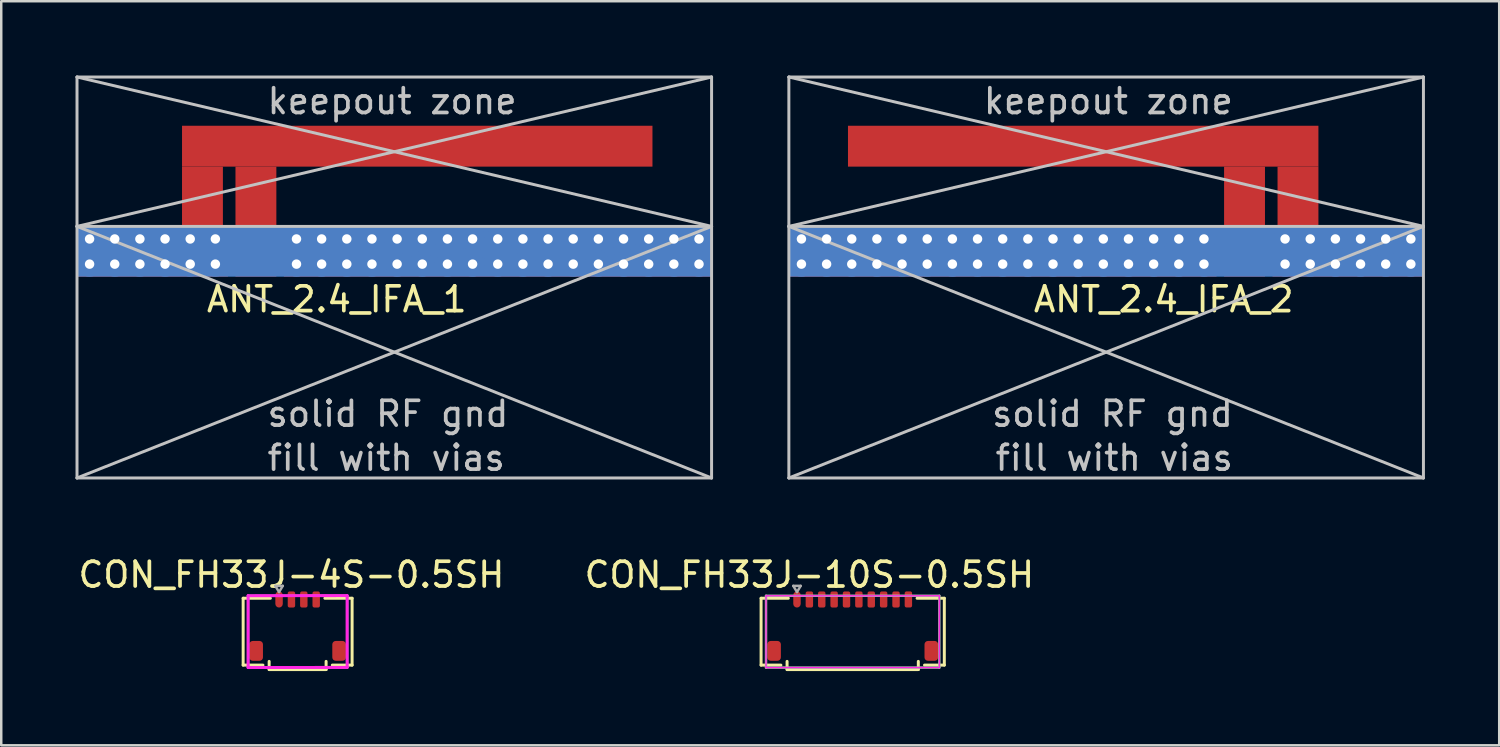
<source format=kicad_pcb>
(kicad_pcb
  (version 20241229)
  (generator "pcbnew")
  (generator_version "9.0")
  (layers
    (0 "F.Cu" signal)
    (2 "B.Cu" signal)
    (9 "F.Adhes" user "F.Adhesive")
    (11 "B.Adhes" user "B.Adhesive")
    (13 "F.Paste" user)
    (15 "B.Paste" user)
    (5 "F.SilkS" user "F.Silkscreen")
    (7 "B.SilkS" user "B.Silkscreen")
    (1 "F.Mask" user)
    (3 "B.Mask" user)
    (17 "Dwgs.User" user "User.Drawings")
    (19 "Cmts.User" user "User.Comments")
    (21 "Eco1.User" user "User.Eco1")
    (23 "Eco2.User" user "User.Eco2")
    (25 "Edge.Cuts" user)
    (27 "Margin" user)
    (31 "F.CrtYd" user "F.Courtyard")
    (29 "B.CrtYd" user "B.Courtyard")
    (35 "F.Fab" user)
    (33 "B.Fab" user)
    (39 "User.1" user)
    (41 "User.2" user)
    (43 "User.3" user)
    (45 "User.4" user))
  (footprint "ANT_2.4_IFA_1"
    (layer "F.Cu")
    (at 7.286 7.109)
    (property "Reference" "ANT_2.4_IFA_1" (at 3.264 1.93 0) (layer "F.SilkS") (effects (font (size 1 1) (thickness 0.15))))
    (attr exclude_from_pos_files exclude_from_bom)
    (fp_line (start -7.226 -7.048) (end 18.402 -7.048) (stroke (width 0.12) (type solid)) (layer "Dwgs.User"))
    (fp_line (start -7.226 -1.016) (end -7.226 -7.048) (stroke (width 0.12) (type solid)) (layer "Dwgs.User"))
    (fp_line (start -7.226 -1.016) (end -7.226 9.144) (stroke (width 0.12) (type solid)) (layer "Dwgs.User"))
    (fp_line (start -7.226 -1.016) (end 18.402 -7.048) (stroke (width 0.12) (type solid)) (layer "Dwgs.User"))
    (fp_line (start -7.226 -1.016) (end 18.402 9.144) (stroke (width 0.12) (type solid)) (layer "Dwgs.User"))
    (fp_line (start -7.226 9.144) (end 18.402 -1.016) (stroke (width 0.12) (type solid)) (layer "Dwgs.User"))
    (fp_line (start -7.226 9.144) (end 18.402 9.144) (stroke (width 0.12) (type solid)) (layer "Dwgs.User"))
    (fp_line (start 18.402 -7.048) (end 18.402 -1.016) (stroke (width 0.12) (type solid)) (layer "Dwgs.User"))
    (fp_line (start 18.402 -1.016) (end -7.226 -7.048) (stroke (width 0.12) (type solid)) (layer "Dwgs.User"))
    (fp_line (start 18.402 -1.016) (end -7.226 -1.016) (stroke (width 0.12) (type solid)) (layer "Dwgs.User"))
    (fp_line (start 18.402 -1.016) (end 18.402 9.144) (stroke (width 0.12) (type solid)) (layer "Dwgs.User"))
    (fp_text user "keepout zone" (at 5.499 -6.071 0) (layer "Dwgs.User") (effects (font (size 1 1) (thickness 0.15))))
    (fp_text user "solid RF gnd" (at 5.332 6.553 0) (layer "Dwgs.User") (effects (font (size 1 1) (thickness 0.15))))
    (fp_text user "fill with vias" (at 5.261 8.331 0) (layer "Dwgs.User") (effects (font (size 1 1) (thickness 0.15))))
    (pad "1" smd rect (at 0 0) (size 1.651 2.032) (layers "F.Cu"))
    (pad "1" smd custom (at 6.515 -4.255) (size 18.999 1.651) (layers "F.Cu") (options (anchor rect)) (primitives (gr_poly (pts (xy -9.5 0.826) (xy -9.5 3.239) (xy -7.849 3.239) (xy -7.849 0.826)) (width 0) (fill yes)) (gr_poly (pts (xy -7.341 0.826) (xy -7.341 3.239) (xy -5.69 3.239) (xy -5.69 0.826)) (width 0) (fill yes))))
    (pad "2" thru_hole circle (at -6.718 -0.508) (size 1.016 1.016) (drill 0.381) (layers "*.Cu"))
    (pad "2" thru_hole circle (at -6.718 0.508) (size 1.016 1.016) (drill 0.381) (layers "*.Cu"))
    (pad "2" thru_hole circle (at -5.702 -0.508) (size 1.016 1.016) (drill 0.381) (layers "*.Cu"))
    (pad "2" thru_hole circle (at -5.702 0.508) (size 1.016 1.016) (drill 0.381) (layers "*.Cu"))
    (pad "2" thru_hole circle (at -4.686 -0.508) (size 1.016 1.016) (drill 0.381) (layers "*.Cu"))
    (pad "2" thru_hole circle (at -4.686 0.508) (size 1.016 1.016) (drill 0.381) (layers "*.Cu"))
    (pad "2" smd rect (at -4.178 0) (size 6.096 2.032) (layers "F.Cu"))
    (pad "2" thru_hole circle (at -3.67 -0.508) (size 1.016 1.016) (drill 0.381) (layers "*.Cu"))
    (pad "2" thru_hole circle (at -3.67 0.508) (size 1.016 1.016) (drill 0.381) (layers "*.Cu"))
    (pad "2" thru_hole circle (at -2.654 -0.508) (size 1.016 1.016) (drill 0.381) (layers "*.Cu"))
    (pad "2" thru_hole circle (at -2.654 0.508) (size 1.016 1.016) (drill 0.381) (layers "*.Cu"))
    (pad "2" thru_hole circle (at -1.638 -0.508) (size 1.016 1.016) (drill 0.381) (layers "*.Cu"))
    (pad "2" thru_hole circle (at -1.638 0.508) (size 1.016 1.016) (drill 0.381) (layers "*.Cu"))
    (pad "2" thru_hole circle (at 1.638 -0.508) (size 1.016 1.016) (drill 0.381) (layers "*.Cu"))
    (pad "2" thru_hole circle (at 1.638 0.508) (size 1.016 1.016) (drill 0.381) (layers "*.Cu"))
    (pad "2" thru_hole circle (at 2.654 -0.508) (size 1.016 1.016) (drill 0.381) (layers "*.Cu"))
    (pad "2" thru_hole circle (at 2.654 0.508) (size 1.016 1.016) (drill 0.381) (layers "*.Cu"))
    (pad "2" thru_hole circle (at 3.67 -0.508) (size 1.016 1.016) (drill 0.381) (layers "*.Cu"))
    (pad "2" thru_hole circle (at 3.67 0.508) (size 1.016 1.016) (drill 0.381) (layers "*.Cu"))
    (pad "2" thru_hole circle (at 4.686 -0.508) (size 1.016 1.016) (drill 0.381) (layers "*.Cu"))
    (pad "2" thru_hole circle (at 4.686 0.508) (size 1.016 1.016) (drill 0.381) (layers "*.Cu"))
    (pad "2" smd rect (at 5.588 0) (size 25.629 2.032) (layers "B.Cu"))
    (pad "2" thru_hole circle (at 5.702 -0.508) (size 1.016 1.016) (drill 0.381) (layers "*.Cu"))
    (pad "2" thru_hole circle (at 5.702 0.508) (size 1.016 1.016) (drill 0.381) (layers "*.Cu"))
    (pad "2" thru_hole circle (at 6.718 -0.508) (size 1.016 1.016) (drill 0.381) (layers "*.Cu"))
    (pad "2" thru_hole circle (at 6.718 0.508) (size 1.016 1.016) (drill 0.381) (layers "*.Cu"))
    (pad "2" thru_hole circle (at 7.734 -0.508) (size 1.016 1.016) (drill 0.381) (layers "*.Cu"))
    (pad "2" thru_hole circle (at 7.734 0.508) (size 1.016 1.016) (drill 0.381) (layers "*.Cu"))
    (pad "2" thru_hole circle (at 8.75 -0.508) (size 1.016 1.016) (drill 0.381) (layers "*.Cu"))
    (pad "2" thru_hole circle (at 8.75 0.508) (size 1.016 1.016) (drill 0.381) (layers "*.Cu"))
    (pad "2" thru_hole circle (at 9.766 -0.508) (size 1.016 1.016) (drill 0.381) (layers "*.Cu"))
    (pad "2" smd rect (at 9.766 0) (size 17.272 2.032) (layers "F.Cu"))
    (pad "2" thru_hole circle (at 9.766 0.508) (size 1.016 1.016) (drill 0.381) (layers "*.Cu"))
    (pad "2" thru_hole circle (at 10.782 -0.508) (size 1.016 1.016) (drill 0.381) (layers "*.Cu"))
    (pad "2" thru_hole circle (at 10.782 0.508) (size 1.016 1.016) (drill 0.381) (layers "*.Cu"))
    (pad "2" thru_hole circle (at 11.798 -0.508) (size 1.016 1.016) (drill 0.381) (layers "*.Cu"))
    (pad "2" thru_hole circle (at 11.798 0.508) (size 1.016 1.016) (drill 0.381) (layers "*.Cu"))
    (pad "2" thru_hole circle (at 12.814 -0.508) (size 1.016 1.016) (drill 0.381) (layers "*.Cu"))
    (pad "2" thru_hole circle (at 12.814 0.508) (size 1.016 1.016) (drill 0.381) (layers "*.Cu"))
    (pad "2" thru_hole circle (at 13.83 -0.508) (size 1.016 1.016) (drill 0.381) (layers "*.Cu"))
    (pad "2" thru_hole circle (at 13.83 0.508) (size 1.016 1.016) (drill 0.381) (layers "*.Cu"))
    (pad "2" thru_hole circle (at 14.846 -0.508) (size 1.016 1.016) (drill 0.381) (layers "*.Cu"))
    (pad "2" thru_hole circle (at 14.846 0.508) (size 1.016 1.016) (drill 0.381) (layers "*.Cu"))
    (pad "2" thru_hole circle (at 15.862 -0.508) (size 1.016 1.016) (drill 0.381) (layers "*.Cu"))
    (pad "2" thru_hole circle (at 15.862 0.508) (size 1.016 1.016) (drill 0.381) (layers "*.Cu"))
    (pad "2" thru_hole circle (at 16.878 -0.508) (size 1.016 1.016) (drill 0.381) (layers "*.Cu"))
    (pad "2" thru_hole circle (at 16.878 0.508) (size 1.016 1.016) (drill 0.381) (layers "*.Cu"))
    (pad "2" thru_hole circle (at 17.894 -0.508) (size 1.016 1.016) (drill 0.381) (layers "*.Cu"))
    (pad "2" thru_hole circle (at 17.894 0.508) (size 1.016 1.016) (drill 0.381) (layers "*.Cu")))
  (footprint "CON_FH33J-4S-0.5SH"
    (layer "F.Cu")
    (at 8.97 21.161)
    (property "Reference" "CON_FH33J-4S-0.5SH" (at -0.25 -1 0) (layer "F.SilkS") (effects (font (size 1 1) (thickness 0.15))))
    (attr through_hole)
    (fp_line (start -2.2 -0.05) (end -1.1 -0.05) (stroke (width 0.12) (type solid)) (layer "F.SilkS"))
    (fp_line (start -2.2 2.65) (end -2.2 -0.05) (stroke (width 0.12) (type solid)) (layer "F.SilkS"))
    (fp_line (start -1.4 2.65) (end -2.2 2.65) (stroke (width 0.12) (type solid)) (layer "F.SilkS"))
    (fp_line (start -1.15 2.5) (end -1.15 2.83) (stroke (width 0.12) (type solid)) (layer "F.SilkS"))
    (fp_line (start 1.15 2.5) (end 1.15 2.83) (stroke (width 0.12) (type solid)) (layer "F.SilkS"))
    (fp_line (start 1.15 2.83) (end -1.15 2.83) (stroke (width 0.12) (type solid)) (layer "F.SilkS"))
    (fp_line (start 1.4 2.65) (end 2.2 2.65) (stroke (width 0.12) (type solid)) (layer "F.SilkS"))
    (fp_line (start 2.2 -0.05) (end 1.1 -0.05) (stroke (width 0.12) (type solid)) (layer "F.SilkS"))
    (fp_line (start 2.2 2.65) (end 2.2 -0.05) (stroke (width 0.12) (type solid)) (layer "F.SilkS"))
    (fp_line (start -2 -0.152) (end 2 -0.157) (stroke (width 0.12) (type solid)) (layer "F.CrtYd"))
    (fp_line (start -2 2.748) (end -2 -0.152) (stroke (width 0.12) (type solid)) (layer "F.CrtYd"))
    (fp_line (start 2 -0.157) (end 2 2.743) (stroke (width 0.12) (type solid)) (layer "F.CrtYd"))
    (fp_line (start 2 2.743) (end -2 2.748) (stroke (width 0.12) (type solid)) (layer "F.CrtYd"))
    (fp_line (start -2 -0.15) (end -2 2.75) (stroke (width 0.1) (type solid)) (layer "F.Fab"))
    (fp_line (start -2 2.75) (end 2 2.75) (stroke (width 0.1) (type solid)) (layer "F.Fab"))
    (fp_line (start -0.9 -0.55) (end -0.6 -0.55) (stroke (width 0.1) (type solid)) (layer "F.Fab"))
    (fp_line (start -0.75 -0.3) (end -0.9 -0.55) (stroke (width 0.1) (type solid)) (layer "F.Fab"))
    (fp_line (start -0.6 -0.55) (end -0.75 -0.3) (stroke (width 0.1) (type solid)) (layer "F.Fab"))
    (fp_line (start 2 -0.15) (end -2 -0.15) (stroke (width 0.1) (type solid)) (layer "F.Fab"))
    (fp_line (start 2 2.75) (end 2 -0.15) (stroke (width 0.1) (type solid)) (layer "F.Fab"))
    (pad "1" smd roundrect (at -0.75 0) (size 0.3 0.65) (layers "F.Cu" "F.Mask" "F.Paste") (roundrect_rratio 0.5))
    (pad "2" smd roundrect (at -0.25 0) (size 0.3 0.65) (layers "F.Cu" "F.Mask" "F.Paste") (roundrect_rratio 0.25))
    (pad "3" smd roundrect (at 0.25 0) (size 0.3 0.65) (layers "F.Cu" "F.Mask" "F.Paste") (roundrect_rratio 0.25))
    (pad "4" smd roundrect (at 0.75 0) (size 0.3 0.65) (layers "F.Cu" "F.Mask" "F.Paste") (roundrect_rratio 0.25))
    (pad "MP" smd roundrect (at -1.675 2.075) (size 0.55 0.8) (layers "F.Cu" "F.Mask" "F.Paste") (roundrect_rratio 0.25))
    (pad "MP" smd roundrect (at 1.675 2.075) (size 0.55 0.8) (layers "F.Cu" "F.Mask" "F.Paste") (roundrect_rratio 0.25)))
  (footprint "CON_FH33J-10S-0.5SH"
    (layer "F.Cu")
    (at 29.137 21.161)
    (property "Reference" "CON_FH33J-10S-0.5SH" (at 0.5 -1 0) (layer "F.SilkS") (effects (font (size 1 1) (thickness 0.15))))
    (attr smd)
    (fp_line (start -1.45 -0.05) (end -0.35 -0.05) (stroke (width 0.12) (type solid)) (layer "F.SilkS"))
    (fp_line (start -1.45 2.65) (end -1.45 -0.05) (stroke (width 0.12) (type solid)) (layer "F.SilkS"))
    (fp_line (start -0.65 2.65) (end -1.45 2.65) (stroke (width 0.12) (type solid)) (layer "F.SilkS"))
    (fp_line (start -0.4 2.5) (end -0.4 2.83) (stroke (width 0.12) (type solid)) (layer "F.SilkS"))
    (fp_line (start 4.9 2.5) (end 4.9 2.83) (stroke (width 0.12) (type solid)) (layer "F.SilkS"))
    (fp_line (start 4.9 2.83) (end -0.4 2.83) (stroke (width 0.12) (type solid)) (layer "F.SilkS"))
    (fp_line (start 5.15 2.65) (end 5.95 2.65) (stroke (width 0.12) (type solid)) (layer "F.SilkS"))
    (fp_line (start 5.95 -0.05) (end 4.85 -0.05) (stroke (width 0.12) (type solid)) (layer "F.SilkS"))
    (fp_line (start 5.95 2.65) (end 5.95 -0.05) (stroke (width 0.12) (type solid)) (layer "F.SilkS"))
    (fp_line (start -1.25 -0.15) (end 5.75 -0.15) (stroke (width 0.05) (type solid)) (layer "F.CrtYd"))
    (fp_line (start -1.25 2.75) (end -1.25 -0.15) (stroke (width 0.05) (type solid)) (layer "F.CrtYd"))
    (fp_line (start 5.75 -0.15) (end 5.75 2.75) (stroke (width 0.05) (type solid)) (layer "F.CrtYd"))
    (fp_line (start 5.75 2.75) (end -1.25 2.75) (stroke (width 0.05) (type solid)) (layer "F.CrtYd"))
    (fp_line (start -1.25 -0.15) (end -1.25 2.75) (stroke (width 0.1) (type solid)) (layer "F.Fab"))
    (fp_line (start -1.25 2.75) (end 5.75 2.75) (stroke (width 0.1) (type solid)) (layer "F.Fab"))
    (fp_line (start -0.15 -0.55) (end 0.15 -0.55) (stroke (width 0.1) (type solid)) (layer "F.Fab"))
    (fp_line (start 0 -0.3) (end -0.15 -0.55) (stroke (width 0.1) (type solid)) (layer "F.Fab"))
    (fp_line (start 0.15 -0.55) (end 0 -0.3) (stroke (width 0.1) (type solid)) (layer "F.Fab"))
    (fp_line (start 5.75 -0.15) (end -1.25 -0.15) (stroke (width 0.1) (type solid)) (layer "F.Fab"))
    (fp_line (start 5.75 2.75) (end 5.75 -0.15) (stroke (width 0.1) (type solid)) (layer "F.Fab"))
    (pad "1" smd roundrect (at 0 0) (size 0.3 0.65) (layers "F.Cu" "F.Mask" "F.Paste") (roundrect_rratio 0.5))
    (pad "2" smd roundrect (at 0.5 0) (size 0.3 0.65) (layers "F.Cu" "F.Mask" "F.Paste") (roundrect_rratio 0.25))
    (pad "3" smd roundrect (at 1 0) (size 0.3 0.65) (layers "F.Cu" "F.Mask" "F.Paste") (roundrect_rratio 0.25))
    (pad "4" smd roundrect (at 1.5 0) (size 0.3 0.65) (layers "F.Cu" "F.Mask" "F.Paste") (roundrect_rratio 0.25))
    (pad "5" smd roundrect (at 2 0) (size 0.3 0.65) (layers "F.Cu" "F.Mask" "F.Paste") (roundrect_rratio 0.25))
    (pad "6" smd roundrect (at 2.5 0) (size 0.3 0.65) (layers "F.Cu" "F.Mask" "F.Paste") (roundrect_rratio 0.25))
    (pad "7" smd roundrect (at 3 0) (size 0.3 0.65) (layers "F.Cu" "F.Mask" "F.Paste") (roundrect_rratio 0.25))
    (pad "8" smd roundrect (at 3.5 0) (size 0.3 0.65) (layers "F.Cu" "F.Mask" "F.Paste") (roundrect_rratio 0.25))
    (pad "9" smd roundrect (at 4 0) (size 0.3 0.65) (layers "F.Cu" "F.Mask" "F.Paste") (roundrect_rratio 0.25))
    (pad "10" smd roundrect (at 4.499 -0.002) (size 0.3 0.65) (layers "F.Cu" "F.Mask" "F.Paste") (roundrect_rratio 0.25))
    (pad "MP" smd roundrect (at -0.925 2.075) (size 0.55 0.8) (layers "F.Cu" "F.Mask" "F.Paste") (roundrect_rratio 0.25))
    (pad "MP" smd roundrect (at 5.425 2.075) (size 0.55 0.8) (layers "F.Cu" "F.Mask" "F.Paste") (roundrect_rratio 0.25)))
  (footprint "ANT_2.4_IFA_2"
    (layer "F.Cu")
    (at 47.211 7.109)
    (property "Reference" "ANT_2.4_IFA_2" (at -3.264 1.93 0) (layer "F.SilkS") (effects (font (size 1 1) (thickness 0.15))))
    (attr exclude_from_pos_files exclude_from_bom)
    (fp_line (start -18.402 -7.048) (end -18.402 -1.016) (stroke (width 0.12) (type solid)) (layer "Dwgs.User"))
    (fp_line (start -18.402 -1.016) (end -18.402 9.144) (stroke (width 0.12) (type solid)) (layer "Dwgs.User"))
    (fp_line (start -18.402 -1.016) (end 7.226 -7.048) (stroke (width 0.12) (type solid)) (layer "Dwgs.User"))
    (fp_line (start -18.402 -1.016) (end 7.226 -1.016) (stroke (width 0.12) (type solid)) (layer "Dwgs.User"))
    (fp_line (start 7.226 -7.048) (end -18.402 -7.048) (stroke (width 0.12) (type solid)) (layer "Dwgs.User"))
    (fp_line (start 7.226 -1.016) (end -18.402 -7.048) (stroke (width 0.12) (type solid)) (layer "Dwgs.User"))
    (fp_line (start 7.226 -1.016) (end -18.402 9.144) (stroke (width 0.12) (type solid)) (layer "Dwgs.User"))
    (fp_line (start 7.226 -1.016) (end 7.226 -7.048) (stroke (width 0.12) (type solid)) (layer "Dwgs.User"))
    (fp_line (start 7.226 -1.016) (end 7.226 9.144) (stroke (width 0.12) (type solid)) (layer "Dwgs.User"))
    (fp_line (start 7.226 9.144) (end -18.402 -1.016) (stroke (width 0.12) (type solid)) (layer "Dwgs.User"))
    (fp_line (start 7.226 9.144) (end -18.402 9.144) (stroke (width 0.12) (type solid)) (layer "Dwgs.User"))
    (fp_text user "fill with vias" (at -5.261 8.331 0) (layer "Dwgs.User") (effects (font (size 1 1) (thickness 0.15))))
    (fp_text user "keepout zone" (at -5.499 -6.071 0) (layer "Dwgs.User") (effects (font (size 1 1) (thickness 0.15))))
    (fp_text user "solid RF gnd" (at -5.332 6.553 0) (layer "Dwgs.User") (effects (font (size 1 1) (thickness 0.15))))
    (pad "1" smd custom (at -6.515 -4.255) (size 18.999 1.651) (layers "F.Cu") (options (anchor rect)) (primitives (gr_poly (pts (xy 9.5 0.826) (xy 9.5 3.239) (xy 7.849 3.239) (xy 7.849 0.826)) (width 0) (fill yes)) (gr_poly (pts (xy 7.341 0.826) (xy 7.341 3.239) (xy 5.69 3.239) (xy 5.69 0.826)) (width 0) (fill yes))))
    (pad "1" smd rect (at 0 0) (size 1.651 2.032) (layers "F.Cu"))
    (pad "2" thru_hole circle (at -17.894 -0.508) (size 1.016 1.016) (drill 0.381) (layers "*.Cu"))
    (pad "2" thru_hole circle (at -17.894 0.508) (size 1.016 1.016) (drill 0.381) (layers "*.Cu"))
    (pad "2" thru_hole circle (at -16.878 -0.508) (size 1.016 1.016) (drill 0.381) (layers "*.Cu"))
    (pad "2" thru_hole circle (at -16.878 0.508) (size 1.016 1.016) (drill 0.381) (layers "*.Cu"))
    (pad "2" thru_hole circle (at -15.862 -0.508) (size 1.016 1.016) (drill 0.381) (layers "*.Cu"))
    (pad "2" thru_hole circle (at -15.862 0.508) (size 1.016 1.016) (drill 0.381) (layers "*.Cu"))
    (pad "2" thru_hole circle (at -14.846 -0.508) (size 1.016 1.016) (drill 0.381) (layers "*.Cu"))
    (pad "2" thru_hole circle (at -14.846 0.508) (size 1.016 1.016) (drill 0.381) (layers "*.Cu"))
    (pad "2" thru_hole circle (at -13.83 -0.508) (size 1.016 1.016) (drill 0.381) (layers "*.Cu"))
    (pad "2" thru_hole circle (at -13.83 0.508) (size 1.016 1.016) (drill 0.381) (layers "*.Cu"))
    (pad "2" thru_hole circle (at -12.814 -0.508) (size 1.016 1.016) (drill 0.381) (layers "*.Cu"))
    (pad "2" thru_hole circle (at -12.814 0.508) (size 1.016 1.016) (drill 0.381) (layers "*.Cu"))
    (pad "2" thru_hole circle (at -11.798 -0.508) (size 1.016 1.016) (drill 0.381) (layers "*.Cu"))
    (pad "2" thru_hole circle (at -11.798 0.508) (size 1.016 1.016) (drill 0.381) (layers "*.Cu"))
    (pad "2" thru_hole circle (at -10.782 -0.508) (size 1.016 1.016) (drill 0.381) (layers "*.Cu"))
    (pad "2" thru_hole circle (at -10.782 0.508) (size 1.016 1.016) (drill 0.381) (layers "*.Cu"))
    (pad "2" thru_hole circle (at -9.766 -0.508) (size 1.016 1.016) (drill 0.381) (layers "*.Cu"))
    (pad "2" smd rect (at -9.766 0) (size 17.272 2.032) (layers "F.Cu"))
    (pad "2" thru_hole circle (at -9.766 0.508) (size 1.016 1.016) (drill 0.381) (layers "*.Cu"))
    (pad "2" thru_hole circle (at -8.75 -0.508) (size 1.016 1.016) (drill 0.381) (layers "*.Cu"))
    (pad "2" thru_hole circle (at -8.75 0.508) (size 1.016 1.016) (drill 0.381) (layers "*.Cu"))
    (pad "2" thru_hole circle (at -7.734 -0.508) (size 1.016 1.016) (drill 0.381) (layers "*.Cu"))
    (pad "2" thru_hole circle (at -7.734 0.508) (size 1.016 1.016) (drill 0.381) (layers "*.Cu"))
    (pad "2" thru_hole circle (at -6.718 -0.508) (size 1.016 1.016) (drill 0.381) (layers "*.Cu"))
    (pad "2" thru_hole circle (at -6.718 0.508) (size 1.016 1.016) (drill 0.381) (layers "*.Cu"))
    (pad "2" thru_hole circle (at -5.702 -0.508) (size 1.016 1.016) (drill 0.381) (layers "*.Cu"))
    (pad "2" thru_hole circle (at -5.702 0.508) (size 1.016 1.016) (drill 0.381) (layers "*.Cu"))
    (pad "2" smd rect (at -5.588 0) (size 25.629 2.032) (layers "B.Cu"))
    (pad "2" thru_hole circle (at -4.686 -0.508) (size 1.016 1.016) (drill 0.381) (layers "*.Cu"))
    (pad "2" thru_hole circle (at -4.686 0.508) (size 1.016 1.016) (drill 0.381) (layers "*.Cu"))
    (pad "2" thru_hole circle (at -3.67 -0.508) (size 1.016 1.016) (drill 0.381) (layers "*.Cu"))
    (pad "2" thru_hole circle (at -3.67 0.508) (size 1.016 1.016) (drill 0.381) (layers "*.Cu"))
    (pad "2" thru_hole circle (at -2.654 -0.508) (size 1.016 1.016) (drill 0.381) (layers "*.Cu"))
    (pad "2" thru_hole circle (at -2.654 0.508) (size 1.016 1.016) (drill 0.381) (layers "*.Cu"))
    (pad "2" thru_hole circle (at -1.638 -0.508) (size 1.016 1.016) (drill 0.381) (layers "*.Cu"))
    (pad "2" thru_hole circle (at -1.638 0.508) (size 1.016 1.016) (drill 0.381) (layers "*.Cu"))
    (pad "2" thru_hole circle (at 1.638 -0.508) (size 1.016 1.016) (drill 0.381) (layers "*.Cu"))
    (pad "2" thru_hole circle (at 1.638 0.508) (size 1.016 1.016) (drill 0.381) (layers "*.Cu"))
    (pad "2" thru_hole circle (at 2.654 -0.508) (size 1.016 1.016) (drill 0.381) (layers "*.Cu"))
    (pad "2" thru_hole circle (at 2.654 0.508) (size 1.016 1.016) (drill 0.381) (layers "*.Cu"))
    (pad "2" thru_hole circle (at 3.67 -0.508) (size 1.016 1.016) (drill 0.381) (layers "*.Cu"))
    (pad "2" thru_hole circle (at 3.67 0.508) (size 1.016 1.016) (drill 0.381) (layers "*.Cu"))
    (pad "2" smd rect (at 4.178 0) (size 6.096 2.032) (layers "F.Cu"))
    (pad "2" thru_hole circle (at 4.686 -0.508) (size 1.016 1.016) (drill 0.381) (layers "*.Cu"))
    (pad "2" thru_hole circle (at 4.686 0.508) (size 1.016 1.016) (drill 0.381) (layers "*.Cu"))
    (pad "2" thru_hole circle (at 5.702 -0.508) (size 1.016 1.016) (drill 0.381) (layers "*.Cu"))
    (pad "2" thru_hole circle (at 5.702 0.508) (size 1.016 1.016) (drill 0.381) (layers "*.Cu"))
    (pad "2" thru_hole circle (at 6.718 -0.508) (size 1.016 1.016) (drill 0.381) (layers "*.Cu"))
    (pad "2" thru_hole circle (at 6.718 0.508) (size 1.016 1.016) (drill 0.381) (layers "*.Cu")))
  (gr_rect
    (start -3 -3)
    (end 57.497 27.051)
    (stroke (width 0.1) (type default))
    (fill no)
    (layer "Edge.Cuts")))
</source>
